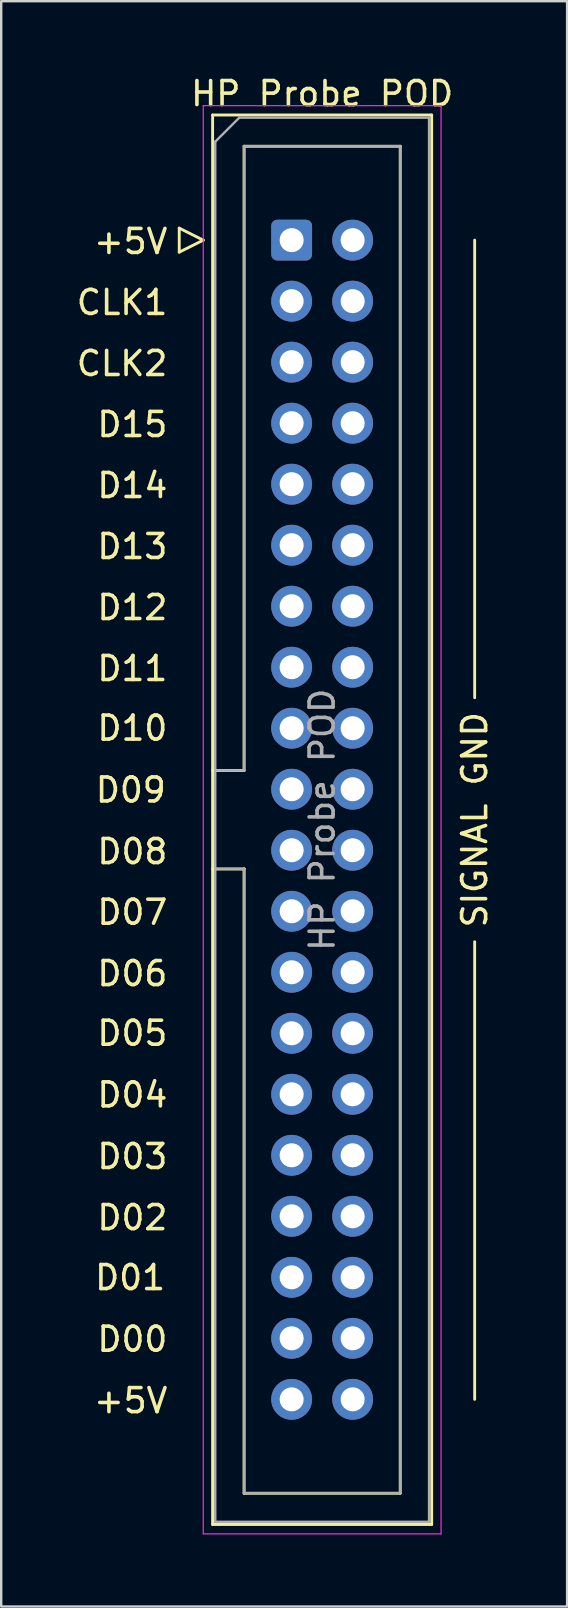
<source format=kicad_pcb>
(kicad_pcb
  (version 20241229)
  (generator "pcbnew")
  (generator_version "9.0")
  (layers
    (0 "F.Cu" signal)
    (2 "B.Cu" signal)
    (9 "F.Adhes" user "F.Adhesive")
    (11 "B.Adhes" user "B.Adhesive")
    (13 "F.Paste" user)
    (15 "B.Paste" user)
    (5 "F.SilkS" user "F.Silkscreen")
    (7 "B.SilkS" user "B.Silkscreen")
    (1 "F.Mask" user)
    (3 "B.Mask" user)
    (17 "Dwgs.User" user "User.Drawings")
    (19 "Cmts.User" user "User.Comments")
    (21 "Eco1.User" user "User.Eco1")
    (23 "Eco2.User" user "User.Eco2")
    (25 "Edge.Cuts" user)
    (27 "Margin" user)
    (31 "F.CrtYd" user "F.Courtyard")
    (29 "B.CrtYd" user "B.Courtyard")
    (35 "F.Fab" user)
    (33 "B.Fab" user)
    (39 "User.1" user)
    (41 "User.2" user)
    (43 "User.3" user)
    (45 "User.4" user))
  (footprint "HP Probe POD"
    (layer "F.Cu")
    (at 9.092 6.948)
    (property "Reference" "HP Probe POD" (at 1.27 -6.1 0) (layer "F.SilkS") (effects (font (size 1 1) (thickness 0.15))))
    (attr through_hole)
    (fp_line (start -4.68 -0.5) (end -4.68 0.5) (stroke (width 0.12) (type solid)) (layer "F.SilkS"))
    (fp_line (start -4.68 0.5) (end -3.68 0) (stroke (width 0.12) (type solid)) (layer "F.SilkS"))
    (fp_line (start -3.68 0) (end -4.68 -0.5) (stroke (width 0.12) (type solid)) (layer "F.SilkS"))
    (fp_line (start -3.29 -5.21) (end 5.83 -5.21) (stroke (width 0.12) (type solid)) (layer "F.SilkS"))
    (fp_line (start -3.29 22.08) (end -1.98 22.08) (stroke (width 0.12) (type solid)) (layer "F.SilkS"))
    (fp_line (start -3.29 53.47) (end -3.29 -5.21) (stroke (width 0.12) (type solid)) (layer "F.SilkS"))
    (fp_line (start -1.98 -3.91) (end 4.52 -3.91) (stroke (width 0.12) (type solid)) (layer "F.SilkS"))
    (fp_line (start -1.98 22.08) (end -1.98 -3.91) (stroke (width 0.12) (type solid)) (layer "F.SilkS"))
    (fp_line (start -1.98 26.18) (end -3.29 26.18) (stroke (width 0.12) (type solid)) (layer "F.SilkS"))
    (fp_line (start -1.98 26.18) (end -1.98 26.18) (stroke (width 0.12) (type solid)) (layer "F.SilkS"))
    (fp_line (start -1.98 52.17) (end -1.98 26.18) (stroke (width 0.12) (type solid)) (layer "F.SilkS"))
    (fp_line (start 4.52 -3.91) (end 4.52 52.17) (stroke (width 0.12) (type solid)) (layer "F.SilkS"))
    (fp_line (start 4.52 52.17) (end -1.98 52.17) (stroke (width 0.12) (type solid)) (layer "F.SilkS"))
    (fp_line (start 5.83 -5.21) (end 5.83 53.47) (stroke (width 0.12) (type solid)) (layer "F.SilkS"))
    (fp_line (start 5.83 53.47) (end -3.29 53.47) (stroke (width 0.12) (type solid)) (layer "F.SilkS"))
    (fp_line (start 7.62 19.05) (end 7.62 0) (stroke (width 0.12) (type solid)) (layer "F.SilkS"))
    (fp_line (start 7.62 29.21) (end 7.62 48.26) (stroke (width 0.12) (type solid)) (layer "F.SilkS"))
    (fp_line (start -3.68 -5.6) (end -3.68 53.86) (stroke (width 0.05) (type solid)) (layer "F.CrtYd"))
    (fp_line (start -3.68 53.86) (end 6.22 53.86) (stroke (width 0.05) (type solid)) (layer "F.CrtYd"))
    (fp_line (start 6.22 -5.6) (end -3.68 -5.6) (stroke (width 0.05) (type solid)) (layer "F.CrtYd"))
    (fp_line (start 6.22 53.86) (end 6.22 -5.6) (stroke (width 0.05) (type solid)) (layer "F.CrtYd"))
    (fp_line (start -3.18 -4.1) (end -2.18 -5.1) (stroke (width 0.1) (type solid)) (layer "F.Fab"))
    (fp_line (start -3.18 22.08) (end -1.98 22.08) (stroke (width 0.1) (type solid)) (layer "F.Fab"))
    (fp_line (start -3.18 53.36) (end -3.18 -4.1) (stroke (width 0.1) (type solid)) (layer "F.Fab"))
    (fp_line (start -2.18 -5.1) (end 5.72 -5.1) (stroke (width 0.1) (type solid)) (layer "F.Fab"))
    (fp_line (start -1.98 -3.91) (end 4.52 -3.91) (stroke (width 0.1) (type solid)) (layer "F.Fab"))
    (fp_line (start -1.98 22.08) (end -1.98 -3.91) (stroke (width 0.1) (type solid)) (layer "F.Fab"))
    (fp_line (start -1.98 26.18) (end -3.18 26.18) (stroke (width 0.1) (type solid)) (layer "F.Fab"))
    (fp_line (start -1.98 26.18) (end -1.98 26.18) (stroke (width 0.1) (type solid)) (layer "F.Fab"))
    (fp_line (start -1.98 52.17) (end -1.98 26.18) (stroke (width 0.1) (type solid)) (layer "F.Fab"))
    (fp_line (start 4.52 -3.91) (end 4.52 52.17) (stroke (width 0.1) (type solid)) (layer "F.Fab"))
    (fp_line (start 4.52 52.17) (end -1.98 52.17) (stroke (width 0.1) (type solid)) (layer "F.Fab"))
    (fp_line (start 5.72 -5.1) (end 5.72 53.36) (stroke (width 0.1) (type solid)) (layer "F.Fab"))
    (fp_line (start 5.72 53.36) (end -3.18 53.36) (stroke (width 0.1) (type solid)) (layer "F.Fab"))
    (fp_text user "D07" (at -5.08 27.982 0) (unlocked yes) (layer "F.SilkS") (effects (font (size 1 1) (thickness 0.15)) (justify right)))
    (fp_text user "D12" (at -5.08 15.296 0) (unlocked yes) (layer "F.SilkS") (effects (font (size 1 1) (thickness 0.15)) (justify right)))
    (fp_text user "D00" (at -5.08 45.759 0) (unlocked yes) (layer "F.SilkS") (effects (font (size 1 1) (thickness 0.15)) (justify right)))
    (fp_text user "+5V" (at -5.08 0.056 0) (unlocked yes) (layer "F.SilkS") (effects (font (size 1 1) (thickness 0.15)) (justify right)))
    (fp_text user "D15" (at -5.08 7.676 0) (unlocked yes) (layer "F.SilkS") (effects (font (size 1 1) (thickness 0.15)) (justify right)))
    (fp_text user "SIGNAL GND" (at 7.62 24.13 90) (unlocked yes) (layer "F.SilkS") (effects (font (size 1 1) (thickness 0.15))))
    (fp_text user "CLK1" (at -5.08 2.596 0) (unlocked yes) (layer "F.SilkS") (effects (font (size 1 1) (thickness 0.15)) (justify right)))
    (fp_text user "D05" (at -5.08 33.02 0) (unlocked yes) (layer "F.SilkS") (effects (font (size 1 1) (thickness 0.15)) (justify right)))
    (fp_text user "D09" (at -5.146 22.892 0) (unlocked yes) (layer "F.SilkS") (effects (font (size 1 1) (thickness 0.15)) (justify right)))
    (fp_text user "D04" (at -5.08 35.587 0) (unlocked yes) (layer "F.SilkS") (effects (font (size 1 1) (thickness 0.15)) (justify right)))
    (fp_text user "D02" (at -5.08 40.696 0) (unlocked yes) (layer "F.SilkS") (effects (font (size 1 1) (thickness 0.15)) (justify right)))
    (fp_text user "D13" (at -5.08 12.756 0) (unlocked yes) (layer "F.SilkS") (effects (font (size 1 1) (thickness 0.15)) (justify right)))
    (fp_text user "+5V" (at -5.08 48.316 0) (unlocked yes) (layer "F.SilkS") (effects (font (size 1 1) (thickness 0.15)) (justify right)))
    (fp_text user "CLK2" (at -5.08 5.136 0) (unlocked yes) (layer "F.SilkS") (effects (font (size 1 1) (thickness 0.15)) (justify right)))
    (fp_text user "D14" (at -5.08 10.216 0) (unlocked yes) (layer "F.SilkS") (effects (font (size 1 1) (thickness 0.15)) (justify right)))
    (fp_text user "D10" (at -5.08 20.317 0) (unlocked yes) (layer "F.SilkS") (effects (font (size 1 1) (thickness 0.15)) (justify right)))
    (fp_text user "D08" (at -5.08 25.456 0) (unlocked yes) (layer "F.SilkS") (effects (font (size 1 1) (thickness 0.15)) (justify right)))
    (fp_text user "D01" (at -5.175 43.192 0) (unlocked yes) (layer "F.SilkS") (effects (font (size 1 1) (thickness 0.15)) (justify right)))
    (fp_text user "D11" (at -5.08 17.836 0) (unlocked yes) (layer "F.SilkS") (effects (font (size 1 1) (thickness 0.15)) (justify right)))
    (fp_text user "D06" (at -5.08 30.536 0) (unlocked yes) (layer "F.SilkS") (effects (font (size 1 1) (thickness 0.15)) (justify right)))
    (fp_text user "D03" (at -5.08 38.153 0) (unlocked yes) (layer "F.SilkS") (effects (font (size 1 1) (thickness 0.15)) (justify right)))
    (fp_text user "${REFERENCE}" (at 1.27 24.13 90) (layer "F.Fab") (effects (font (size 1 1) (thickness 0.15))))
    (pad "1" thru_hole roundrect (at 0 0) (size 1.7 1.7) (drill 1) (layers "*.Cu" "*.Mask") (roundrect_rratio 0.147))
    (pad "2" thru_hole circle (at 2.54 0) (size 1.7 1.7) (drill 1) (layers "*.Cu" "*.Mask"))
    (pad "3" thru_hole circle (at 0 2.54) (size 1.7 1.7) (drill 1) (layers "*.Cu" "*.Mask"))
    (pad "4" thru_hole circle (at 2.54 2.54) (size 1.7 1.7) (drill 1) (layers "*.Cu" "*.Mask"))
    (pad "5" thru_hole circle (at 0 5.08) (size 1.7 1.7) (drill 1) (layers "*.Cu" "*.Mask"))
    (pad "6" thru_hole circle (at 2.54 5.08) (size 1.7 1.7) (drill 1) (layers "*.Cu" "*.Mask"))
    (pad "7" thru_hole circle (at 0 7.62) (size 1.7 1.7) (drill 1) (layers "*.Cu" "*.Mask"))
    (pad "8" thru_hole circle (at 2.54 7.62) (size 1.7 1.7) (drill 1) (layers "*.Cu" "*.Mask"))
    (pad "9" thru_hole circle (at 0 10.16) (size 1.7 1.7) (drill 1) (layers "*.Cu" "*.Mask"))
    (pad "10" thru_hole circle (at 2.54 10.16) (size 1.7 1.7) (drill 1) (layers "*.Cu" "*.Mask"))
    (pad "11" thru_hole circle (at 0 12.7) (size 1.7 1.7) (drill 1) (layers "*.Cu" "*.Mask"))
    (pad "12" thru_hole circle (at 2.54 12.7) (size 1.7 1.7) (drill 1) (layers "*.Cu" "*.Mask"))
    (pad "13" thru_hole circle (at 0 15.24) (size 1.7 1.7) (drill 1) (layers "*.Cu" "*.Mask"))
    (pad "14" thru_hole circle (at 2.54 15.24) (size 1.7 1.7) (drill 1) (layers "*.Cu" "*.Mask"))
    (pad "15" thru_hole circle (at 0 17.78) (size 1.7 1.7) (drill 1) (layers "*.Cu" "*.Mask"))
    (pad "16" thru_hole circle (at 2.54 17.78) (size 1.7 1.7) (drill 1) (layers "*.Cu" "*.Mask"))
    (pad "17" thru_hole circle (at 0 20.32) (size 1.7 1.7) (drill 1) (layers "*.Cu" "*.Mask"))
    (pad "18" thru_hole circle (at 2.54 20.32) (size 1.7 1.7) (drill 1) (layers "*.Cu" "*.Mask"))
    (pad "19" thru_hole circle (at 0 22.86) (size 1.7 1.7) (drill 1) (layers "*.Cu" "*.Mask"))
    (pad "20" thru_hole circle (at 2.54 22.86) (size 1.7 1.7) (drill 1) (layers "*.Cu" "*.Mask"))
    (pad "21" thru_hole circle (at 0 25.4) (size 1.7 1.7) (drill 1) (layers "*.Cu" "*.Mask"))
    (pad "22" thru_hole circle (at 2.54 25.4) (size 1.7 1.7) (drill 1) (layers "*.Cu" "*.Mask"))
    (pad "23" thru_hole circle (at 0 27.94) (size 1.7 1.7) (drill 1) (layers "*.Cu" "*.Mask"))
    (pad "24" thru_hole circle (at 2.54 27.94) (size 1.7 1.7) (drill 1) (layers "*.Cu" "*.Mask"))
    (pad "25" thru_hole circle (at 0 30.48) (size 1.7 1.7) (drill 1) (layers "*.Cu" "*.Mask"))
    (pad "26" thru_hole circle (at 2.54 30.48) (size 1.7 1.7) (drill 1) (layers "*.Cu" "*.Mask"))
    (pad "27" thru_hole circle (at 0 33.02) (size 1.7 1.7) (drill 1) (layers "*.Cu" "*.Mask"))
    (pad "28" thru_hole circle (at 2.54 33.02) (size 1.7 1.7) (drill 1) (layers "*.Cu" "*.Mask"))
    (pad "29" thru_hole circle (at 0 35.56) (size 1.7 1.7) (drill 1) (layers "*.Cu" "*.Mask"))
    (pad "30" thru_hole circle (at 2.54 35.56) (size 1.7 1.7) (drill 1) (layers "*.Cu" "*.Mask"))
    (pad "31" thru_hole circle (at 0 38.1) (size 1.7 1.7) (drill 1) (layers "*.Cu" "*.Mask"))
    (pad "32" thru_hole circle (at 2.54 38.1) (size 1.7 1.7) (drill 1) (layers "*.Cu" "*.Mask"))
    (pad "33" thru_hole circle (at 0 40.64) (size 1.7 1.7) (drill 1) (layers "*.Cu" "*.Mask"))
    (pad "34" thru_hole circle (at 2.54 40.64) (size 1.7 1.7) (drill 1) (layers "*.Cu" "*.Mask"))
    (pad "35" thru_hole circle (at 0 43.18) (size 1.7 1.7) (drill 1) (layers "*.Cu" "*.Mask"))
    (pad "36" thru_hole circle (at 2.54 43.18) (size 1.7 1.7) (drill 1) (layers "*.Cu" "*.Mask"))
    (pad "37" thru_hole circle (at 0 45.72) (size 1.7 1.7) (drill 1) (layers "*.Cu" "*.Mask"))
    (pad "38" thru_hole circle (at 2.54 45.72) (size 1.7 1.7) (drill 1) (layers "*.Cu" "*.Mask"))
    (pad "39" thru_hole circle (at 0 48.26) (size 1.7 1.7) (drill 1) (layers "*.Cu" "*.Mask"))
    (pad "40" thru_hole circle (at 2.54 48.26) (size 1.7 1.7) (drill 1) (layers "*.Cu" "*.Mask")))
  (gr_rect
    (start -3 -3)
    (end 20.56 63.833)
    (stroke (width 0.1) (type default))
    (fill no)
    (layer "Edge.Cuts")))
</source>
